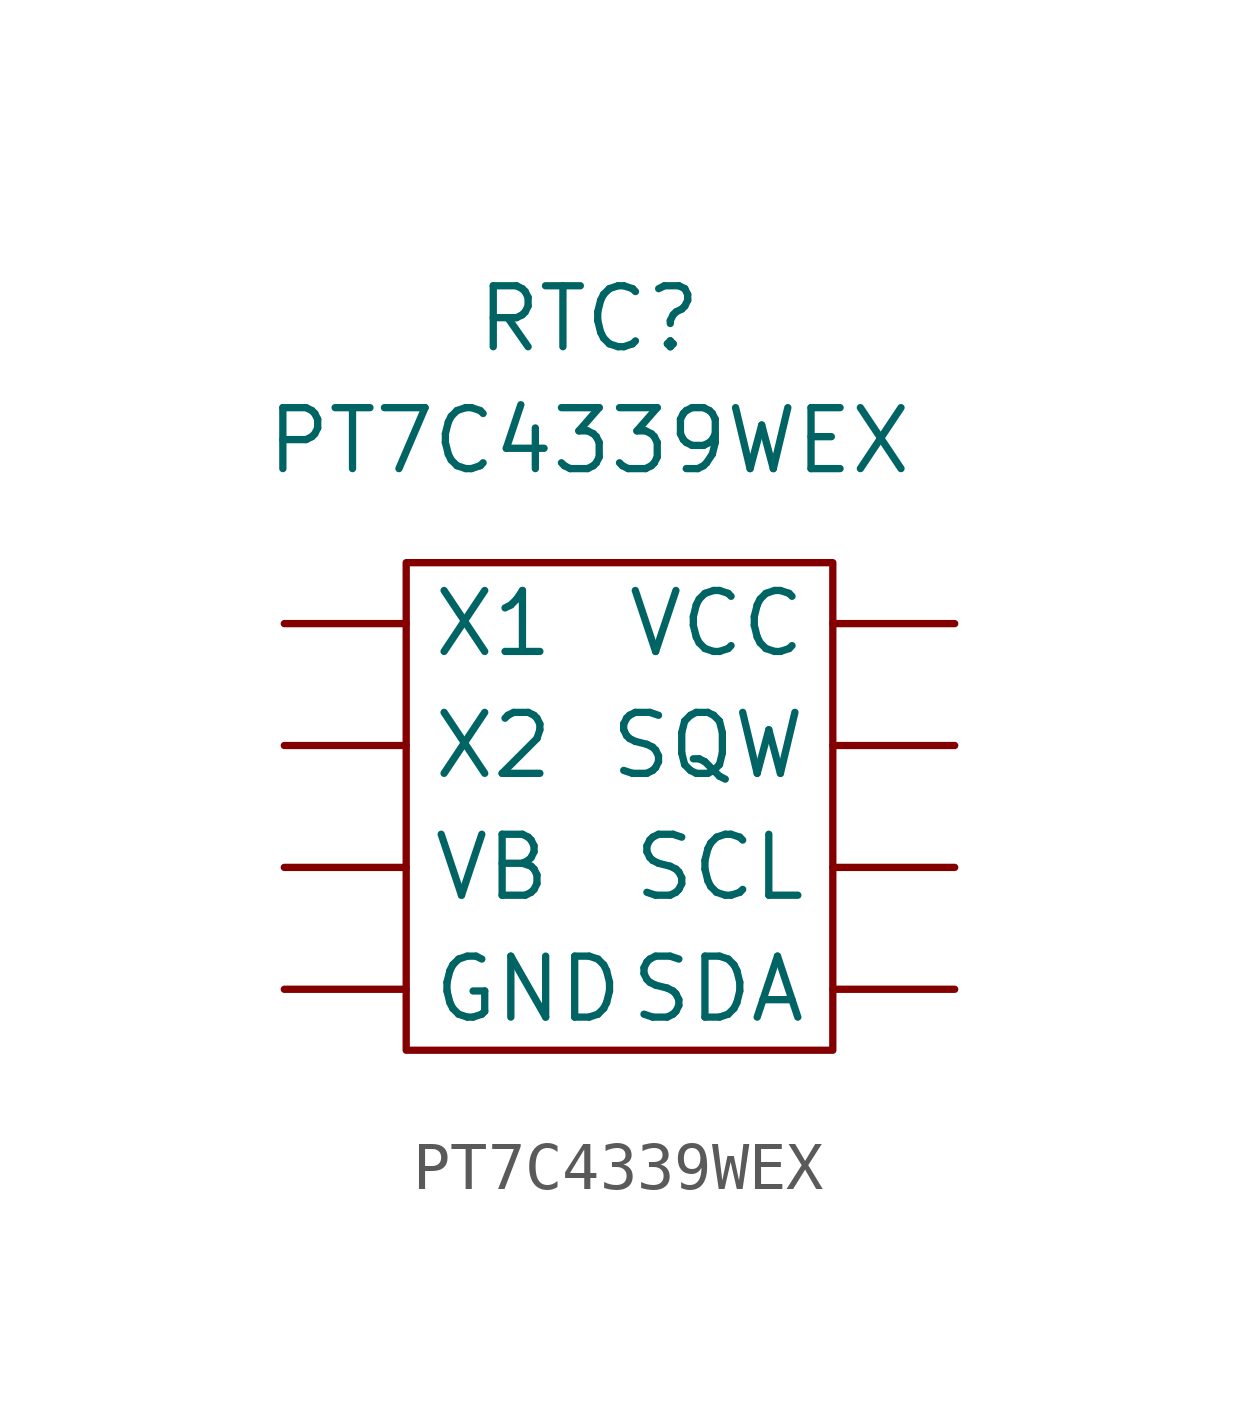
<source format=kicad_sym>
(kicad_symbol_lib
  (version 20211014)
  (generator kicad_symbol_editor)
  (symbol "PT7C4339WEX"
    (pin_numbers hide)
    (property "Reference" "RTC"
      (at 0 2.54 0)
      (effects (font (size 1.27 1.27))))
    (property "Value" "PT7C4339WEX"
      (at 0 0 0)
      (effects (font (size 1.27 1.27))))
    (symbol "PT7C4339WEX_0_1"
      (rectangle (start 5.08 -12.7) (end -3.81 -2.54) (stroke (width 0) (type default) (color 0 0 0 0)) (fill (type none))))
    (symbol "PT7C4339WEX_1_1"
      (pin input line (at -6.35 -11.43 0) (length 2.54) (name "GND" (effects (font (size 1.27 1.27)))) (number "" (effects (font (size 1.27 1.27)))))
      (pin input line (at 7.62 -8.89 180) (length 2.54) (name "SCL" (effects (font (size 1.27 1.27)))) (number "" (effects (font (size 1.27 1.27)))))
      (pin input line (at 7.62 -11.43 180) (length 2.54) (name "SDA" (effects (font (size 1.27 1.27)))) (number "" (effects (font (size 1.27 1.27)))))
      (pin input line (at 7.62 -6.35 180) (length 2.54) (name "SQW" (effects (font (size 1.27 1.27)))) (number "" (effects (font (size 1.27 1.27)))))
      (pin input line (at -6.35 -8.89 0) (length 2.54) (name "VB" (effects (font (size 1.27 1.27)))) (number "" (effects (font (size 1.27 1.27)))))
      (pin input line (at 7.62 -3.81 180) (length 2.54) (name "VCC" (effects (font (size 1.27 1.27)))) (number "" (effects (font (size 1.27 1.27)))))
      (pin input line (at -6.35 -3.81 0) (length 2.54) (name "X1" (effects (font (size 1.27 1.27)))) (number "" (effects (font (size 1.27 1.27)))))
      (pin input line (at -6.35 -6.35 0) (length 2.54) (name "X2" (effects (font (size 1.27 1.27)))) (number "" (effects (font (size 1.27 1.27))))))))
</source>
